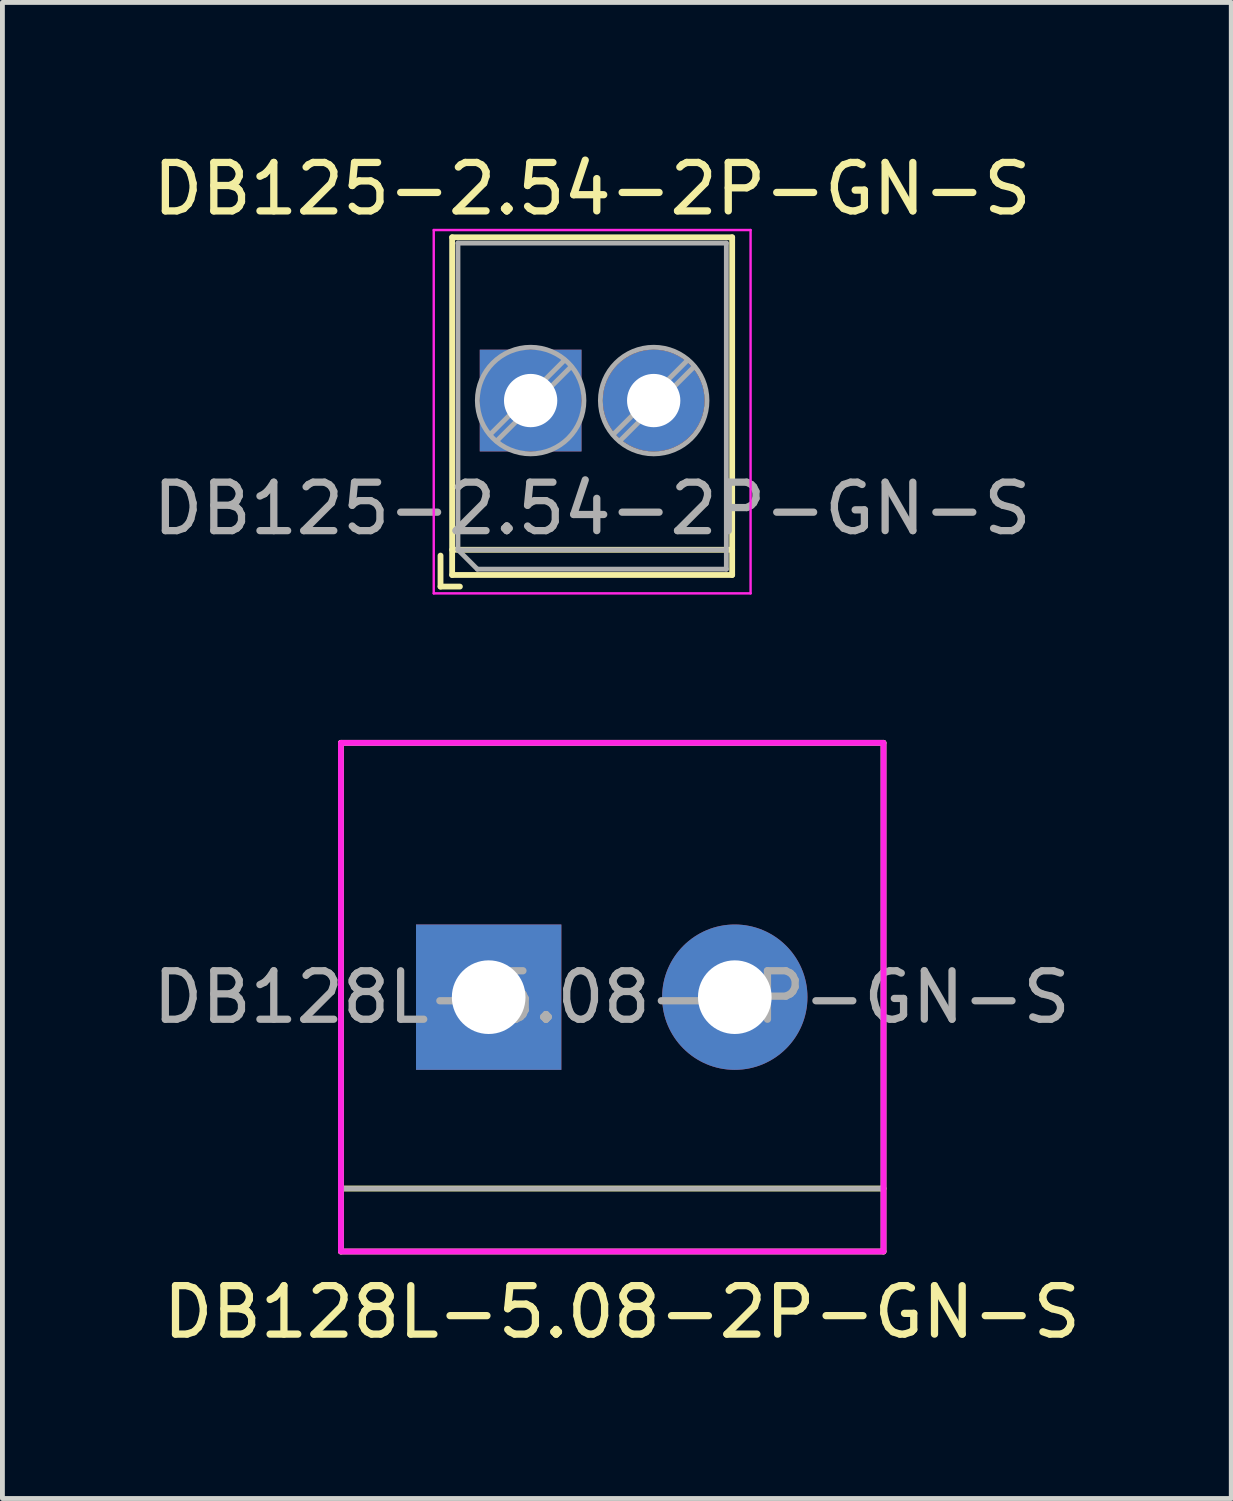
<source format=kicad_pcb>
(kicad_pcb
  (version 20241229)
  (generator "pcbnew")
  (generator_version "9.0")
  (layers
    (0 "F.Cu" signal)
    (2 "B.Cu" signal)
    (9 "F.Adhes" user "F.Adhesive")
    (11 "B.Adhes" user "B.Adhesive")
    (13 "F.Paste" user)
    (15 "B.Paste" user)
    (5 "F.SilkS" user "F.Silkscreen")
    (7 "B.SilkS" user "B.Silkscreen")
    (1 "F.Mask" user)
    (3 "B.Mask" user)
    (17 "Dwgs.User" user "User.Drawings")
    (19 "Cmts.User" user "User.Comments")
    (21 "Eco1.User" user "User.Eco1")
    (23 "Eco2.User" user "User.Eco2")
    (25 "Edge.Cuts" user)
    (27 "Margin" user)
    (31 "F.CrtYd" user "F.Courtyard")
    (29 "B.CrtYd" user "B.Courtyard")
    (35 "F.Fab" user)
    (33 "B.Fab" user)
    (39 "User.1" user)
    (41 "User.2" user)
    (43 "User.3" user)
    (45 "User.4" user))
  (footprint "DB128L-5.08-2P-GN-S"
    (layer "F.Cu")
    (at 7.037 17.533)
    (property "Reference" "DB128L-5.08-2P-GN-S" (at 2.75 6.5 0) (layer "F.SilkS") (effects (font (size 1 1) (thickness 0.15))))
    (attr through_hole)
    (fp_line (start -3.05 -5.25) (end -3.05 5.25) (stroke (width 0.12) (type solid)) (layer "F.SilkS"))
    (fp_line (start -3.05 5.25) (end 8.15 5.25) (stroke (width 0.12) (type solid)) (layer "F.SilkS"))
    (fp_line (start 8.15 -5.25) (end -3.05 -5.25) (stroke (width 0.12) (type solid)) (layer "F.SilkS"))
    (fp_line (start 8.15 3.95) (end -3.05 3.95) (stroke (width 0.12) (type solid)) (layer "F.SilkS"))
    (fp_line (start 8.15 5.25) (end 8.15 -5.25) (stroke (width 0.12) (type solid)) (layer "F.SilkS"))
    (fp_rect (start -3.05 -5.25) (end 8.15 5.25) (stroke (width 0.12) (type solid)) (fill no) (layer "F.CrtYd"))
    (fp_line (start -3.05 3.95) (end 8.15 3.95) (stroke (width 0.1) (type solid)) (layer "F.Fab"))
    (fp_rect (start -3.05 -5.25) (end 8.15 5.25) (stroke (width 0.1) (type solid)) (fill no) (layer "F.Fab"))
    (fp_text user "${REFERENCE}" (at 2.54 0 0) (layer "F.Fab") (effects (font (size 1 1) (thickness 0.15))))
    (pad "1" thru_hole rect (at 0 0) (size 3 3) (drill 1.52) (layers "*.Cu" "*.Mask"))
    (pad "2" thru_hole circle (at 5.08 0) (size 3 3) (drill 1.52) (layers "*.Cu" "*.Mask")))
  (footprint "DB125-2.54-2P-GN-S"
    (layer "F.Cu")
    (at 7.903 5.218)
    (property "Reference" "DB125-2.54-2P-GN-S" (at 1.27 -4.37 0) (layer "F.SilkS") (effects (font (size 1 1) (thickness 0.15))))
    (attr through_hole)
    (fp_line (start -1.86 3.2) (end -1.86 3.84) (stroke (width 0.12) (type solid)) (layer "F.SilkS"))
    (fp_line (start -1.86 3.84) (end -1.46 3.84) (stroke (width 0.12) (type solid)) (layer "F.SilkS"))
    (fp_line (start -1.62 -3.37) (end -1.62 3.6) (stroke (width 0.12) (type solid)) (layer "F.SilkS"))
    (fp_line (start -1.62 -3.37) (end 4.16 -3.37) (stroke (width 0.12) (type solid)) (layer "F.SilkS"))
    (fp_line (start -1.62 3.08) (end 4.16 3.08) (stroke (width 0.12) (type solid)) (layer "F.SilkS"))
    (fp_line (start -1.62 3.6) (end 4.16 3.6) (stroke (width 0.12) (type solid)) (layer "F.SilkS"))
    (fp_line (start 4.16 -3.37) (end 4.16 3.6) (stroke (width 0.12) (type solid)) (layer "F.SilkS"))
    (fp_line (start -2 -3.52) (end -2 3.98) (stroke (width 0.05) (type solid)) (layer "F.CrtYd"))
    (fp_line (start -2 3.98) (end 4.54 3.98) (stroke (width 0.05) (type solid)) (layer "F.CrtYd"))
    (fp_line (start 4.54 -3.52) (end -2 -3.52) (stroke (width 0.05) (type solid)) (layer "F.CrtYd"))
    (fp_line (start 4.54 3.98) (end 4.54 -3.52) (stroke (width 0.05) (type solid)) (layer "F.CrtYd"))
    (fp_line (start -1.5 -3.25) (end 4.04 -3.25) (stroke (width 0.1) (type solid)) (layer "F.Fab"))
    (fp_line (start -1.5 3.08) (end -1.5 -3.25) (stroke (width 0.1) (type solid)) (layer "F.Fab"))
    (fp_line (start -1.5 3.08) (end 4.04 3.08) (stroke (width 0.1) (type solid)) (layer "F.Fab"))
    (fp_line (start -1.1 3.48) (end -1.5 3.08) (stroke (width 0.1) (type solid)) (layer "F.Fab"))
    (fp_line (start 0.701 -0.835) (end -0.835 0.7) (stroke (width 0.1) (type solid)) (layer "F.Fab"))
    (fp_line (start 0.835 -0.7) (end -0.701 0.835) (stroke (width 0.1) (type solid)) (layer "F.Fab"))
    (fp_line (start 3.241 -0.835) (end 1.706 0.7) (stroke (width 0.1) (type solid)) (layer "F.Fab"))
    (fp_line (start 3.375 -0.7) (end 1.84 0.835) (stroke (width 0.1) (type solid)) (layer "F.Fab"))
    (fp_line (start 4.04 -3.25) (end 4.04 3.48) (stroke (width 0.1) (type solid)) (layer "F.Fab"))
    (fp_line (start 4.04 3.48) (end -1.1 3.48) (stroke (width 0.1) (type solid)) (layer "F.Fab"))
    (fp_circle (center 0 0) (end 1.1 0) (stroke (width 0.1) (type solid)) (fill no) (layer "F.Fab"))
    (fp_circle (center 2.54 0) (end 3.64 0) (stroke (width 0.1) (type solid)) (fill no) (layer "F.Fab"))
    (fp_text user "${REFERENCE}" (at 1.27 2.23 0) (layer "F.Fab") (effects (font (size 1 1) (thickness 0.15))))
    (pad "1" thru_hole rect (at 0 0) (size 2.1 2.1) (drill 1.1) (layers "*.Cu" "*.Mask"))
    (pad "2" thru_hole circle (at 2.54 0) (size 2.1 2.1) (drill 1.1) (layers "*.Cu" "*.Mask")))
  (gr_rect
    (start -3 -3)
    (end 22.365 27.881)
    (stroke (width 0.1) (type default))
    (fill no)
    (layer "Edge.Cuts")))
</source>
